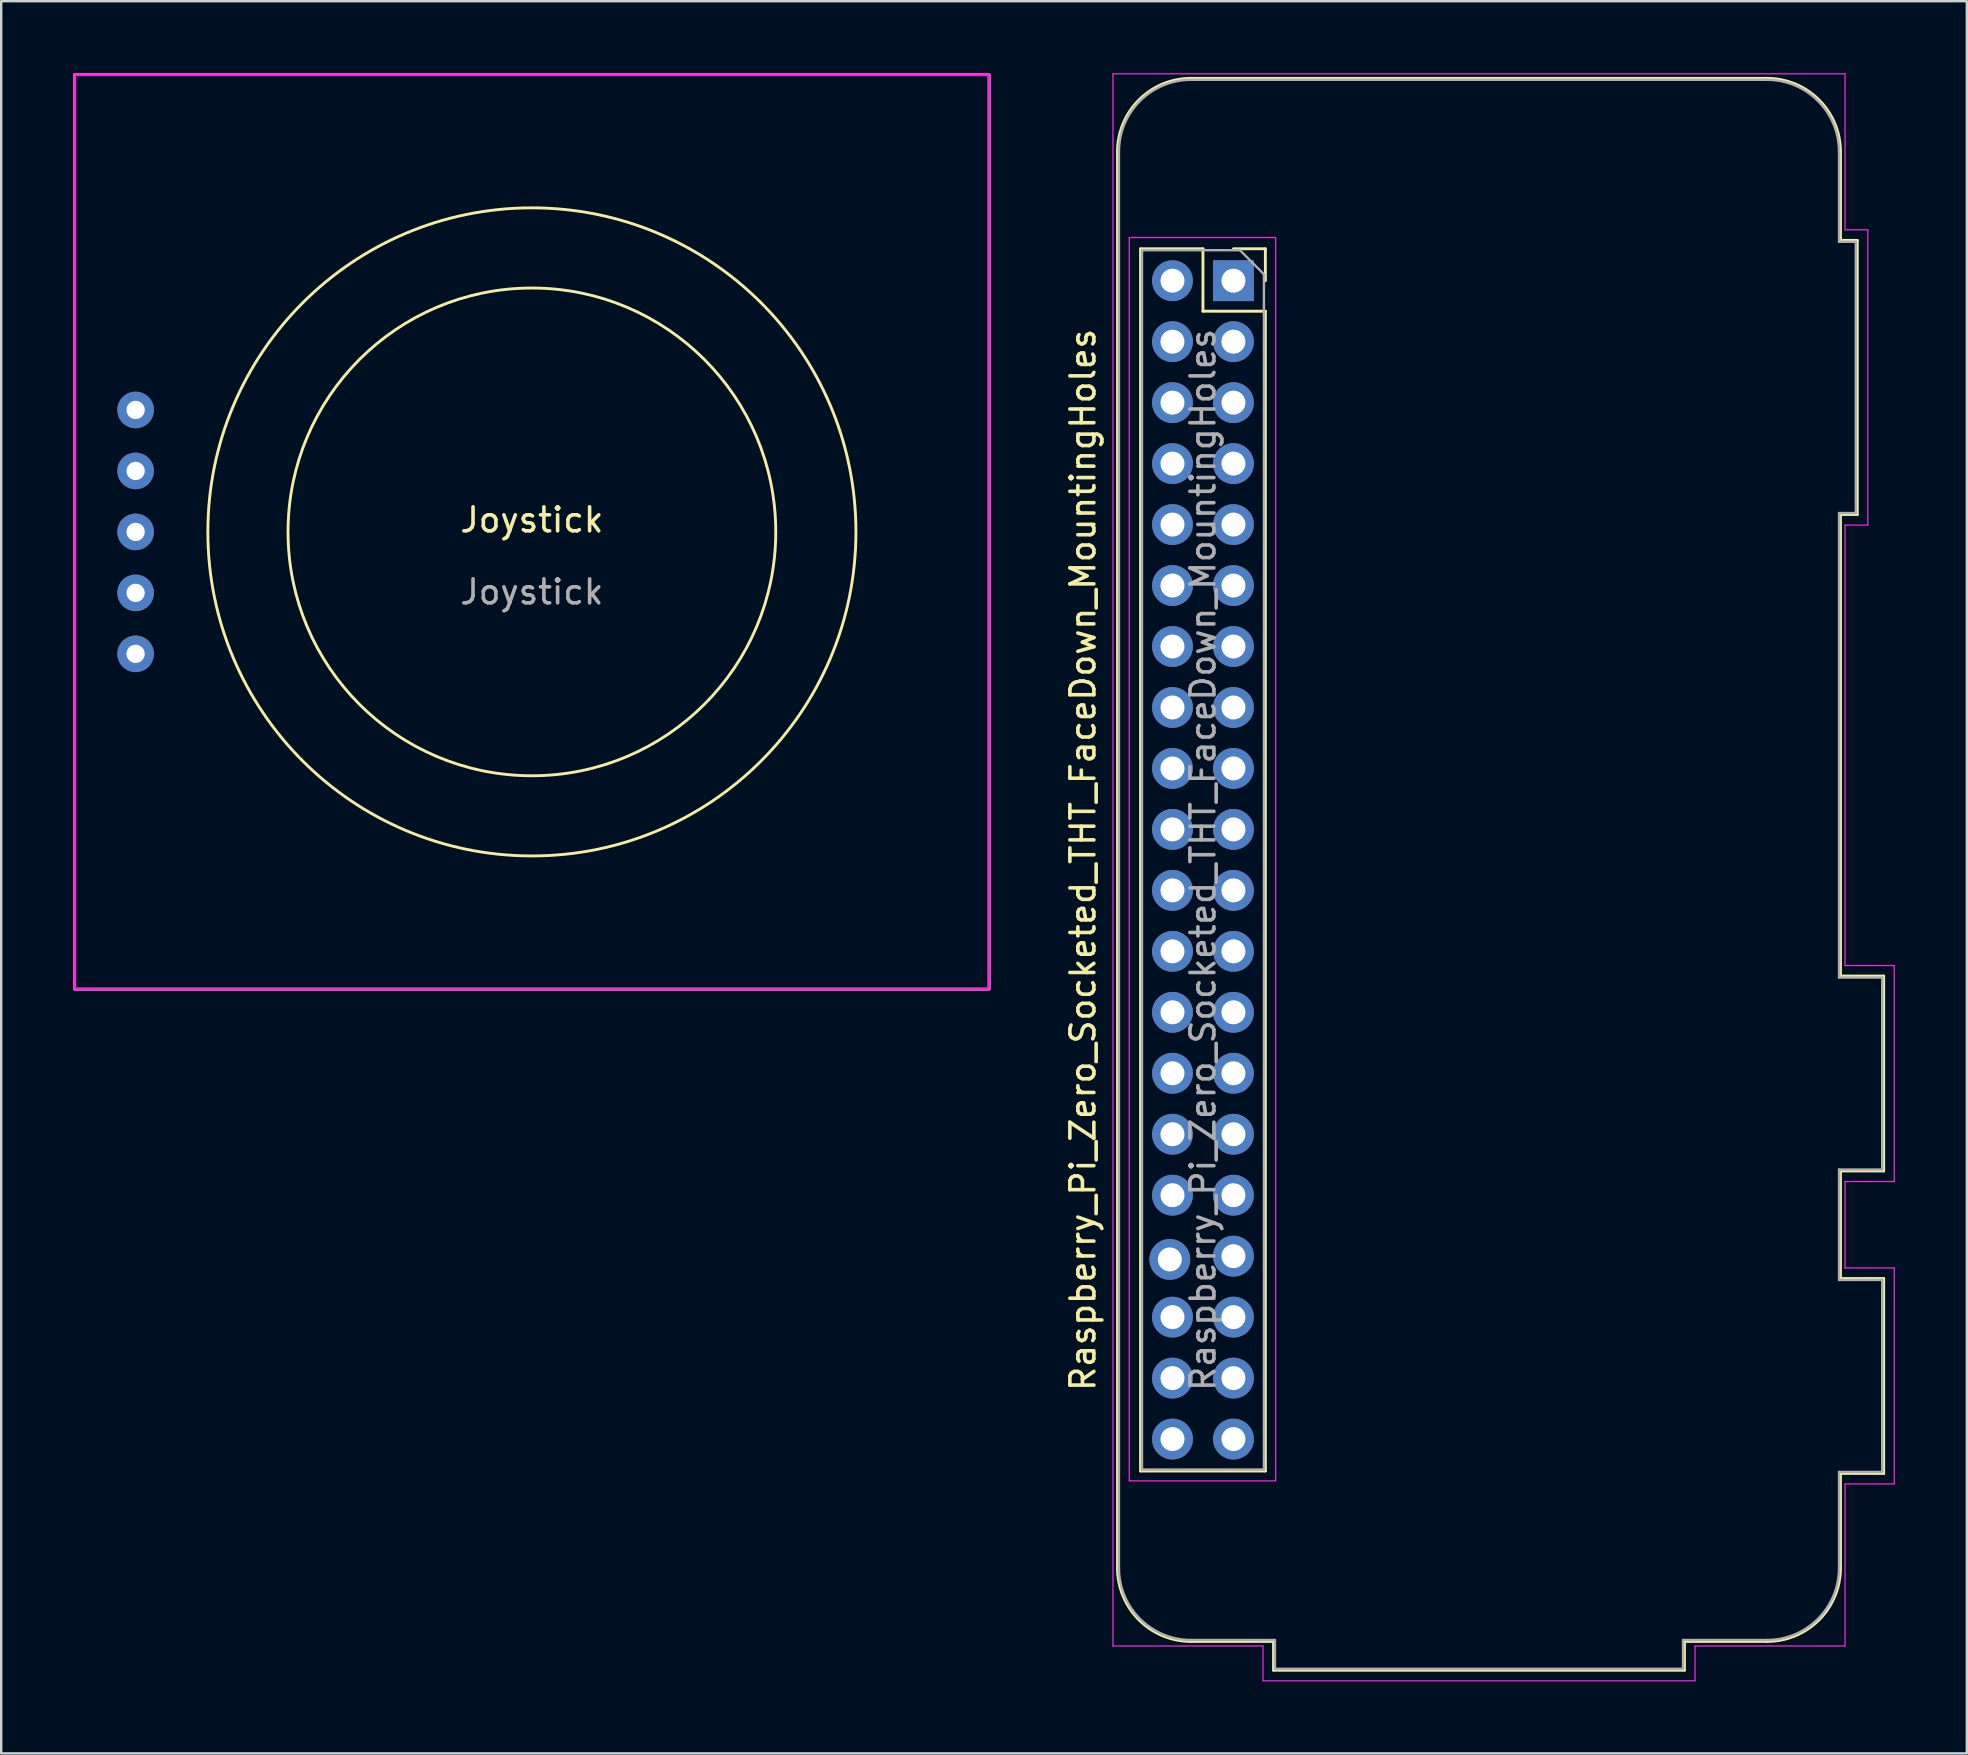
<source format=kicad_pcb>
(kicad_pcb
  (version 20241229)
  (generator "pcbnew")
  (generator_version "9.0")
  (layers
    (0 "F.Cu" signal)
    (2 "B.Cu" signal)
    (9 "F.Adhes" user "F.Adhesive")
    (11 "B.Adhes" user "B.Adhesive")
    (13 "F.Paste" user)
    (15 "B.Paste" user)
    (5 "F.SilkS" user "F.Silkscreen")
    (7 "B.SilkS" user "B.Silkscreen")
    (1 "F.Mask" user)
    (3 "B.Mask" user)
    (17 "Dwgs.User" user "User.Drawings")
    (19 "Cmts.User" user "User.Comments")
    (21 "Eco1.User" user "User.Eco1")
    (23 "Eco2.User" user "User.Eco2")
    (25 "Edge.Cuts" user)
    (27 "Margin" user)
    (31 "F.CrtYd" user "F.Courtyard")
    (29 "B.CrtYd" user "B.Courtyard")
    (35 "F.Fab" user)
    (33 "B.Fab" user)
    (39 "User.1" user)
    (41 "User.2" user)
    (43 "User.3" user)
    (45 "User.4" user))
  (footprint "Raspberry_Pi_Zero_Socketed_THT_FaceDown_MountingHoles"
    (layer "F.Cu")
    (at 48.338 8.645)
    (property "Reference" "Raspberry_Pi_Zero_Socketed_THT_FaceDown_MountingHoles" (at -6.27 24.13 90) (layer "F.SilkS") (effects (font (size 1 1) (thickness 0.15))))
    (attr through_hole)
    (fp_line (start -4.83 53.63) (end -4.83 -5.37) (stroke (width 0.12) (type solid)) (layer "F.SilkS"))
    (fp_line (start -3.87 -1.33) (end -3.87 49.59) (stroke (width 0.12) (type solid)) (layer "F.SilkS"))
    (fp_line (start -3.87 -1.33) (end -1.27 -1.33) (stroke (width 0.12) (type solid)) (layer "F.SilkS"))
    (fp_line (start -3.87 49.59) (end 1.33 49.59) (stroke (width 0.12) (type solid)) (layer "F.SilkS"))
    (fp_line (start -1.77 -8.43) (end 22.23 -8.43) (stroke (width 0.12) (type solid)) (layer "F.SilkS"))
    (fp_line (start -1.27 -1.33) (end -1.27 1.27) (stroke (width 0.12) (type solid)) (layer "F.SilkS"))
    (fp_line (start -1.27 1.27) (end 1.33 1.27) (stroke (width 0.12) (type solid)) (layer "F.SilkS"))
    (fp_line (start 0 -1.33) (end 1.33 -1.33) (stroke (width 0.12) (type solid)) (layer "F.SilkS"))
    (fp_line (start 1.33 -1.33) (end 1.33 0) (stroke (width 0.12) (type solid)) (layer "F.SilkS"))
    (fp_line (start 1.33 1.27) (end 1.33 49.59) (stroke (width 0.12) (type solid)) (layer "F.SilkS"))
    (fp_line (start 1.67 56.69) (end -1.77 56.69) (stroke (width 0.12) (type solid)) (layer "F.SilkS"))
    (fp_line (start 1.67 56.69) (end 1.67 57.89) (stroke (width 0.12) (type solid)) (layer "F.SilkS"))
    (fp_line (start 1.67 57.89) (end 18.79 57.89) (stroke (width 0.12) (type solid)) (layer "F.SilkS"))
    (fp_line (start 18.79 56.69) (end 22.23 56.69) (stroke (width 0.12) (type solid)) (layer "F.SilkS"))
    (fp_line (start 18.79 57.89) (end 18.79 56.69) (stroke (width 0.12) (type solid)) (layer "F.SilkS"))
    (fp_line (start 25.29 -1.68) (end 25.29 -5.37) (stroke (width 0.12) (type solid)) (layer "F.SilkS"))
    (fp_line (start 25.29 9.74) (end 25.99 9.74) (stroke (width 0.12) (type solid)) (layer "F.SilkS"))
    (fp_line (start 25.29 28.97) (end 25.29 9.74) (stroke (width 0.12) (type solid)) (layer "F.SilkS"))
    (fp_line (start 25.29 37.09) (end 27.09 37.09) (stroke (width 0.12) (type solid)) (layer "F.SilkS"))
    (fp_line (start 25.29 41.57) (end 25.29 37.09) (stroke (width 0.12) (type solid)) (layer "F.SilkS"))
    (fp_line (start 25.29 49.69) (end 27.09 49.69) (stroke (width 0.12) (type solid)) (layer "F.SilkS"))
    (fp_line (start 25.29 53.63) (end 25.29 49.69) (stroke (width 0.12) (type solid)) (layer "F.SilkS"))
    (fp_line (start 25.99 -1.68) (end 25.29 -1.68) (stroke (width 0.12) (type solid)) (layer "F.SilkS"))
    (fp_line (start 25.99 9.74) (end 25.99 -1.68) (stroke (width 0.12) (type solid)) (layer "F.SilkS"))
    (fp_line (start 27.09 28.97) (end 25.29 28.97) (stroke (width 0.12) (type solid)) (layer "F.SilkS"))
    (fp_line (start 27.09 37.09) (end 27.09 28.97) (stroke (width 0.12) (type solid)) (layer "F.SilkS"))
    (fp_line (start 27.09 41.57) (end 25.29 41.57) (stroke (width 0.12) (type solid)) (layer "F.SilkS"))
    (fp_line (start 27.09 49.69) (end 27.09 41.57) (stroke (width 0.12) (type solid)) (layer "F.SilkS"))
    (fp_arc (start -4.83 -5.37) (mid -3.933747 -7.533747) (end -1.77 -8.43) (stroke (width 0.12) (type solid)) (layer "F.SilkS"))
    (fp_arc (start -1.77 56.69) (mid -3.933747 55.793747) (end -4.83 53.63) (stroke (width 0.12) (type solid)) (layer "F.SilkS"))
    (fp_arc (start 22.23 -8.43) (mid 24.393747 -7.533747) (end 25.29 -5.37) (stroke (width 0.12) (type solid)) (layer "F.SilkS"))
    (fp_arc (start 25.29 53.63) (mid 24.393747 55.793747) (end 22.23 56.69) (stroke (width 0.12) (type solid)) (layer "F.SilkS"))
    (fp_line (start -5.02 -8.62) (end 25.48 -8.62) (stroke (width 0.05) (type solid)) (layer "F.CrtYd"))
    (fp_line (start -5.02 56.88) (end -5.02 -8.62) (stroke (width 0.05) (type solid)) (layer "F.CrtYd"))
    (fp_line (start -5.02 56.88) (end 1.23 56.88) (stroke (width 0.05) (type solid)) (layer "F.CrtYd"))
    (fp_line (start -4.34 -1.8) (end 1.76 -1.8) (stroke (width 0.05) (type solid)) (layer "F.CrtYd"))
    (fp_line (start -4.34 50) (end -4.34 -1.8) (stroke (width 0.05) (type solid)) (layer "F.CrtYd"))
    (fp_line (start 1.23 58.33) (end 1.23 56.88) (stroke (width 0.05) (type solid)) (layer "F.CrtYd"))
    (fp_line (start 1.76 -1.8) (end 1.76 50) (stroke (width 0.05) (type solid)) (layer "F.CrtYd"))
    (fp_line (start 1.76 50) (end -4.34 50) (stroke (width 0.05) (type solid)) (layer "F.CrtYd"))
    (fp_line (start 19.23 56.88) (end 25.48 56.88) (stroke (width 0.05) (type solid)) (layer "F.CrtYd"))
    (fp_line (start 19.23 58.33) (end 1.23 58.33) (stroke (width 0.05) (type solid)) (layer "F.CrtYd"))
    (fp_line (start 19.23 58.33) (end 19.23 56.88) (stroke (width 0.05) (type solid)) (layer "F.CrtYd"))
    (fp_line (start 25.48 -2.12) (end 25.48 -8.62) (stroke (width 0.05) (type solid)) (layer "F.CrtYd"))
    (fp_line (start 25.48 28.53) (end 25.48 10.18) (stroke (width 0.05) (type solid)) (layer "F.CrtYd"))
    (fp_line (start 25.48 37.53) (end 25.48 41.13) (stroke (width 0.05) (type solid)) (layer "F.CrtYd"))
    (fp_line (start 25.48 50.13) (end 25.48 56.88) (stroke (width 0.05) (type solid)) (layer "F.CrtYd"))
    (fp_line (start 26.43 -2.12) (end 25.48 -2.12) (stroke (width 0.05) (type solid)) (layer "F.CrtYd"))
    (fp_line (start 26.43 -2.12) (end 26.43 10.18) (stroke (width 0.05) (type solid)) (layer "F.CrtYd"))
    (fp_line (start 26.43 10.18) (end 25.48 10.18) (stroke (width 0.05) (type solid)) (layer "F.CrtYd"))
    (fp_line (start 27.53 28.53) (end 25.48 28.53) (stroke (width 0.05) (type solid)) (layer "F.CrtYd"))
    (fp_line (start 27.53 37.53) (end 25.48 37.53) (stroke (width 0.05) (type solid)) (layer "F.CrtYd"))
    (fp_line (start 27.53 37.53) (end 27.53 28.53) (stroke (width 0.05) (type solid)) (layer "F.CrtYd"))
    (fp_line (start 27.53 41.13) (end 25.48 41.13) (stroke (width 0.05) (type solid)) (layer "F.CrtYd"))
    (fp_line (start 27.53 50.13) (end 25.48 50.13) (stroke (width 0.05) (type solid)) (layer "F.CrtYd"))
    (fp_line (start 27.53 50.13) (end 27.53 41.13) (stroke (width 0.05) (type solid)) (layer "F.CrtYd"))
    (fp_line (start -4.77 53.63) (end -4.77 -5.37) (stroke (width 0.1) (type solid)) (layer "F.Fab"))
    (fp_line (start -3.81 -1.27) (end 0.27 -1.27) (stroke (width 0.1) (type solid)) (layer "F.Fab"))
    (fp_line (start -3.81 49.53) (end -3.81 -1.27) (stroke (width 0.1) (type solid)) (layer "F.Fab"))
    (fp_line (start -1.77 -8.37) (end 22.23 -8.37) (stroke (width 0.1) (type solid)) (layer "F.Fab"))
    (fp_line (start -1.77 56.63) (end 1.73 56.63) (stroke (width 0.1) (type solid)) (layer "F.Fab"))
    (fp_line (start 0.27 -1.27) (end 1.27 -0.27) (stroke (width 0.1) (type solid)) (layer "F.Fab"))
    (fp_line (start 1.27 -0.27) (end 1.27 49.53) (stroke (width 0.1) (type solid)) (layer "F.Fab"))
    (fp_line (start 1.27 49.53) (end -3.81 49.53) (stroke (width 0.1) (type solid)) (layer "F.Fab"))
    (fp_line (start 1.73 56.63) (end 1.73 57.83) (stroke (width 0.1) (type solid)) (layer "F.Fab"))
    (fp_line (start 1.73 57.83) (end 18.73 57.83) (stroke (width 0.1) (type solid)) (layer "F.Fab"))
    (fp_line (start 18.73 56.63) (end 18.73 57.83) (stroke (width 0.1) (type solid)) (layer "F.Fab"))
    (fp_line (start 22.23 56.63) (end 18.73 56.63) (stroke (width 0.1) (type solid)) (layer "F.Fab"))
    (fp_line (start 25.23 -1.62) (end 25.23 -5.37) (stroke (width 0.1) (type solid)) (layer "F.Fab"))
    (fp_line (start 25.23 -1.62) (end 25.93 -1.62) (stroke (width 0.1) (type solid)) (layer "F.Fab"))
    (fp_line (start 25.23 9.68) (end 25.93 9.68) (stroke (width 0.1) (type solid)) (layer "F.Fab"))
    (fp_line (start 25.23 29.03) (end 25.23 9.68) (stroke (width 0.1) (type solid)) (layer "F.Fab"))
    (fp_line (start 25.23 37.03) (end 27.03 37.03) (stroke (width 0.1) (type solid)) (layer "F.Fab"))
    (fp_line (start 25.23 41.63) (end 25.23 37.03) (stroke (width 0.1) (type solid)) (layer "F.Fab"))
    (fp_line (start 25.23 49.63) (end 25.23 53.63) (stroke (width 0.1) (type solid)) (layer "F.Fab"))
    (fp_line (start 25.23 49.63) (end 27.03 49.63) (stroke (width 0.1) (type solid)) (layer "F.Fab"))
    (fp_line (start 25.93 9.68) (end 25.93 -1.62) (stroke (width 0.1) (type solid)) (layer "F.Fab"))
    (fp_line (start 27.03 29.03) (end 25.23 29.03) (stroke (width 0.1) (type solid)) (layer "F.Fab"))
    (fp_line (start 27.03 37.03) (end 27.03 29.03) (stroke (width 0.1) (type solid)) (layer "F.Fab"))
    (fp_line (start 27.03 41.63) (end 25.23 41.63) (stroke (width 0.1) (type solid)) (layer "F.Fab"))
    (fp_line (start 27.03 49.63) (end 27.03 41.63) (stroke (width 0.1) (type solid)) (layer "F.Fab"))
    (fp_arc (start -4.77 -5.37) (mid -3.89132 -7.49132) (end -1.77 -8.37) (stroke (width 0.1) (type solid)) (layer "F.Fab"))
    (fp_arc (start -1.77 56.63) (mid -3.89132 55.75132) (end -4.77 53.63) (stroke (width 0.1) (type solid)) (layer "F.Fab"))
    (fp_arc (start 22.23 -8.37) (mid 24.35132 -7.49132) (end 25.23 -5.37) (stroke (width 0.1) (type solid)) (layer "F.Fab"))
    (fp_arc (start 25.23 53.63) (mid 24.35132 55.75132) (end 22.23 56.63) (stroke (width 0.1) (type solid)) (layer "F.Fab"))
    (fp_text user "${REFERENCE}" (at -1.27 24.13 90) (layer "F.Fab") (effects (font (size 1 1) (thickness 0.15))))
    (pad "1" thru_hole rect (at 0 0) (size 1.7 1.7) (drill 1) (layers "*.Cu" "*.Mask"))
    (pad "2" thru_hole oval (at -2.54 0) (size 1.7 1.7) (drill 1) (layers "*.Cu" "*.Mask"))
    (pad "2" thru_hole oval (at -2.54 2.54) (size 1.7 1.7) (drill 1) (layers "*.Cu" "*.Mask"))
    (pad "2" thru_hole oval (at 0 20.32) (size 1.7 1.7) (drill 1) (layers "*.Cu" "*.Mask"))
    (pad "3" thru_hole oval (at 0 2.54) (size 1.7 1.7) (drill 1) (layers "*.Cu" "*.Mask"))
    (pad "5" thru_hole oval (at 0 5.08) (size 1.7 1.7) (drill 1) (layers "*.Cu" "*.Mask"))
    (pad "6" thru_hole oval (at -2.651 40.775) (size 1.7 1.7) (drill 1) (layers "*.Cu" "*.Mask"))
    (pad "6" thru_hole oval (at -2.54 5.08) (size 1.7 1.7) (drill 1) (layers "*.Cu" "*.Mask"))
    (pad "6" thru_hole oval (at -2.54 15.24) (size 1.7 1.7) (drill 1) (layers "*.Cu" "*.Mask"))
    (pad "6" thru_hole oval (at -2.54 22.86) (size 1.7 1.7) (drill 1) (layers "*.Cu" "*.Mask"))
    (pad "6" thru_hole oval (at -2.54 35.56) (size 1.7 1.7) (drill 1) (layers "*.Cu" "*.Mask"))
    (pad "6" thru_hole oval (at 0 10.16) (size 1.7 1.7) (drill 1) (layers "*.Cu" "*.Mask"))
    (pad "6" thru_hole oval (at 0 30.48) (size 1.7 1.7) (drill 1) (layers "*.Cu" "*.Mask"))
    (pad "6" thru_hole oval (at 0 48.26) (size 1.7 1.7) (drill 1) (layers "*.Cu" "*.Mask"))
    (pad "7" thru_hole oval (at 0 7.62) (size 1.7 1.7) (drill 1) (layers "*.Cu" "*.Mask"))
    (pad "8" thru_hole oval (at -2.54 7.62) (size 1.7 1.7) (drill 1) (layers "*.Cu" "*.Mask"))
    (pad "10" thru_hole oval (at -2.54 10.16) (size 1.7 1.7) (drill 1) (layers "*.Cu" "*.Mask"))
    (pad "11" thru_hole oval (at 0 12.7) (size 1.7 1.7) (drill 1) (layers "*.Cu" "*.Mask"))
    (pad "12" thru_hole oval (at -2.54 12.7) (size 1.7 1.7) (drill 1) (layers "*.Cu" "*.Mask"))
    (pad "13" thru_hole oval (at 0 15.24) (size 1.7 1.7) (drill 1) (layers "*.Cu" "*.Mask"))
    (pad "15" thru_hole oval (at 0 17.78) (size 1.7 1.7) (drill 1) (layers "*.Cu" "*.Mask"))
    (pad "16" thru_hole oval (at -2.54 17.78) (size 1.7 1.7) (drill 1) (layers "*.Cu" "*.Mask"))
    (pad "18" thru_hole oval (at -2.54 20.32) (size 1.7 1.7) (drill 1) (layers "*.Cu" "*.Mask"))
    (pad "19" thru_hole oval (at 0 22.86) (size 1.7 1.7) (drill 1) (layers "*.Cu" "*.Mask"))
    (pad "21" thru_hole oval (at 0 25.4) (size 1.7 1.7) (drill 1) (layers "*.Cu" "*.Mask"))
    (pad "22" thru_hole oval (at -2.54 25.4) (size 1.7 1.7) (drill 1) (layers "*.Cu" "*.Mask"))
    (pad "23" thru_hole oval (at 0 27.94) (size 1.7 1.7) (drill 1) (layers "*.Cu" "*.Mask"))
    (pad "24" thru_hole oval (at -2.54 27.94) (size 1.7 1.7) (drill 1) (layers "*.Cu" "*.Mask"))
    (pad "26" thru_hole oval (at -2.54 30.48) (size 1.7 1.7) (drill 1) (layers "*.Cu" "*.Mask"))
    (pad "27" thru_hole oval (at 0 33.02) (size 1.7 1.7) (drill 1) (layers "*.Cu" "*.Mask"))
    (pad "28" thru_hole oval (at -2.54 33.02) (size 1.7 1.7) (drill 1) (layers "*.Cu" "*.Mask"))
    (pad "29" thru_hole oval (at 0 35.56) (size 1.7 1.7) (drill 1) (layers "*.Cu" "*.Mask"))
    (pad "31" thru_hole oval (at 0 38.1) (size 1.7 1.7) (drill 1) (layers "*.Cu" "*.Mask"))
    (pad "32" thru_hole oval (at -2.54 38.1) (size 1.7 1.7) (drill 1) (layers "*.Cu" "*.Mask"))
    (pad "33" thru_hole oval (at 0 40.64) (size 1.7 1.7) (drill 1) (layers "*.Cu" "*.Mask"))
    (pad "35" thru_hole oval (at 0 43.18) (size 1.7 1.7) (drill 1) (layers "*.Cu" "*.Mask"))
    (pad "36" thru_hole oval (at -2.54 43.18) (size 1.7 1.7) (drill 1) (layers "*.Cu" "*.Mask"))
    (pad "37" thru_hole oval (at 0 45.72) (size 1.7 1.7) (drill 1) (layers "*.Cu" "*.Mask"))
    (pad "38" thru_hole oval (at -2.54 45.72) (size 1.7 1.7) (drill 1) (layers "*.Cu" "*.Mask"))
    (pad "40" thru_hole oval (at -2.54 48.26) (size 1.7 1.7) (drill 1) (layers "*.Cu" "*.Mask")))
  (footprint "Joystick"
    (layer "F.Cu")
    (at 19.11 19.11)
    (property "Reference" "Joystick" (at 0 -0.5 0) (unlocked yes) (layer "F.SilkS") (effects (font (size 1 1) (thickness 0.15))))
    (attr through_hole)
    (fp_rect (start 19.05 -19.05) (end -19.05 19.05) (stroke (width 0.12) (type solid)) (fill no) (layer "F.SilkS"))
    (fp_circle (center 0 0) (end -10.16 8.89) (stroke (width 0.12) (type solid)) (fill no) (layer "F.SilkS"))
    (fp_circle (center 0 0) (end 0 10.16) (stroke (width 0.12) (type solid)) (fill no) (layer "F.SilkS"))
    (fp_rect (start -19.05 -19.05) (end 19.05 19.05) (stroke (width 0.12) (type solid)) (fill no) (layer "F.CrtYd"))
    (fp_text user "${REFERENCE}" (at 0 2.5 0) (unlocked yes) (layer "F.Fab") (effects (font (size 1 1) (thickness 0.15))))
    (pad "1" thru_hole circle (at -16.51 -5.08) (size 1.524 1.524) (drill 0.762) (layers "*.Cu" "*.Mask"))
    (pad "2" thru_hole circle (at -16.51 -2.54) (size 1.524 1.524) (drill 0.762) (layers "*.Cu" "*.Mask"))
    (pad "3" thru_hole circle (at -16.51 0) (size 1.524 1.524) (drill 0.762) (layers "*.Cu" "*.Mask"))
    (pad "4" thru_hole circle (at -16.51 2.54) (size 1.524 1.524) (drill 0.762) (layers "*.Cu" "*.Mask"))
    (pad "5" thru_hole circle (at -16.51 5.08) (size 1.524 1.524) (drill 0.762) (layers "*.Cu" "*.Mask")))
  (gr_rect
    (start -3 -3)
    (end 78.893 70)
    (stroke (width 0.1) (type default))
    (fill no)
    (layer "Edge.Cuts")))
</source>
